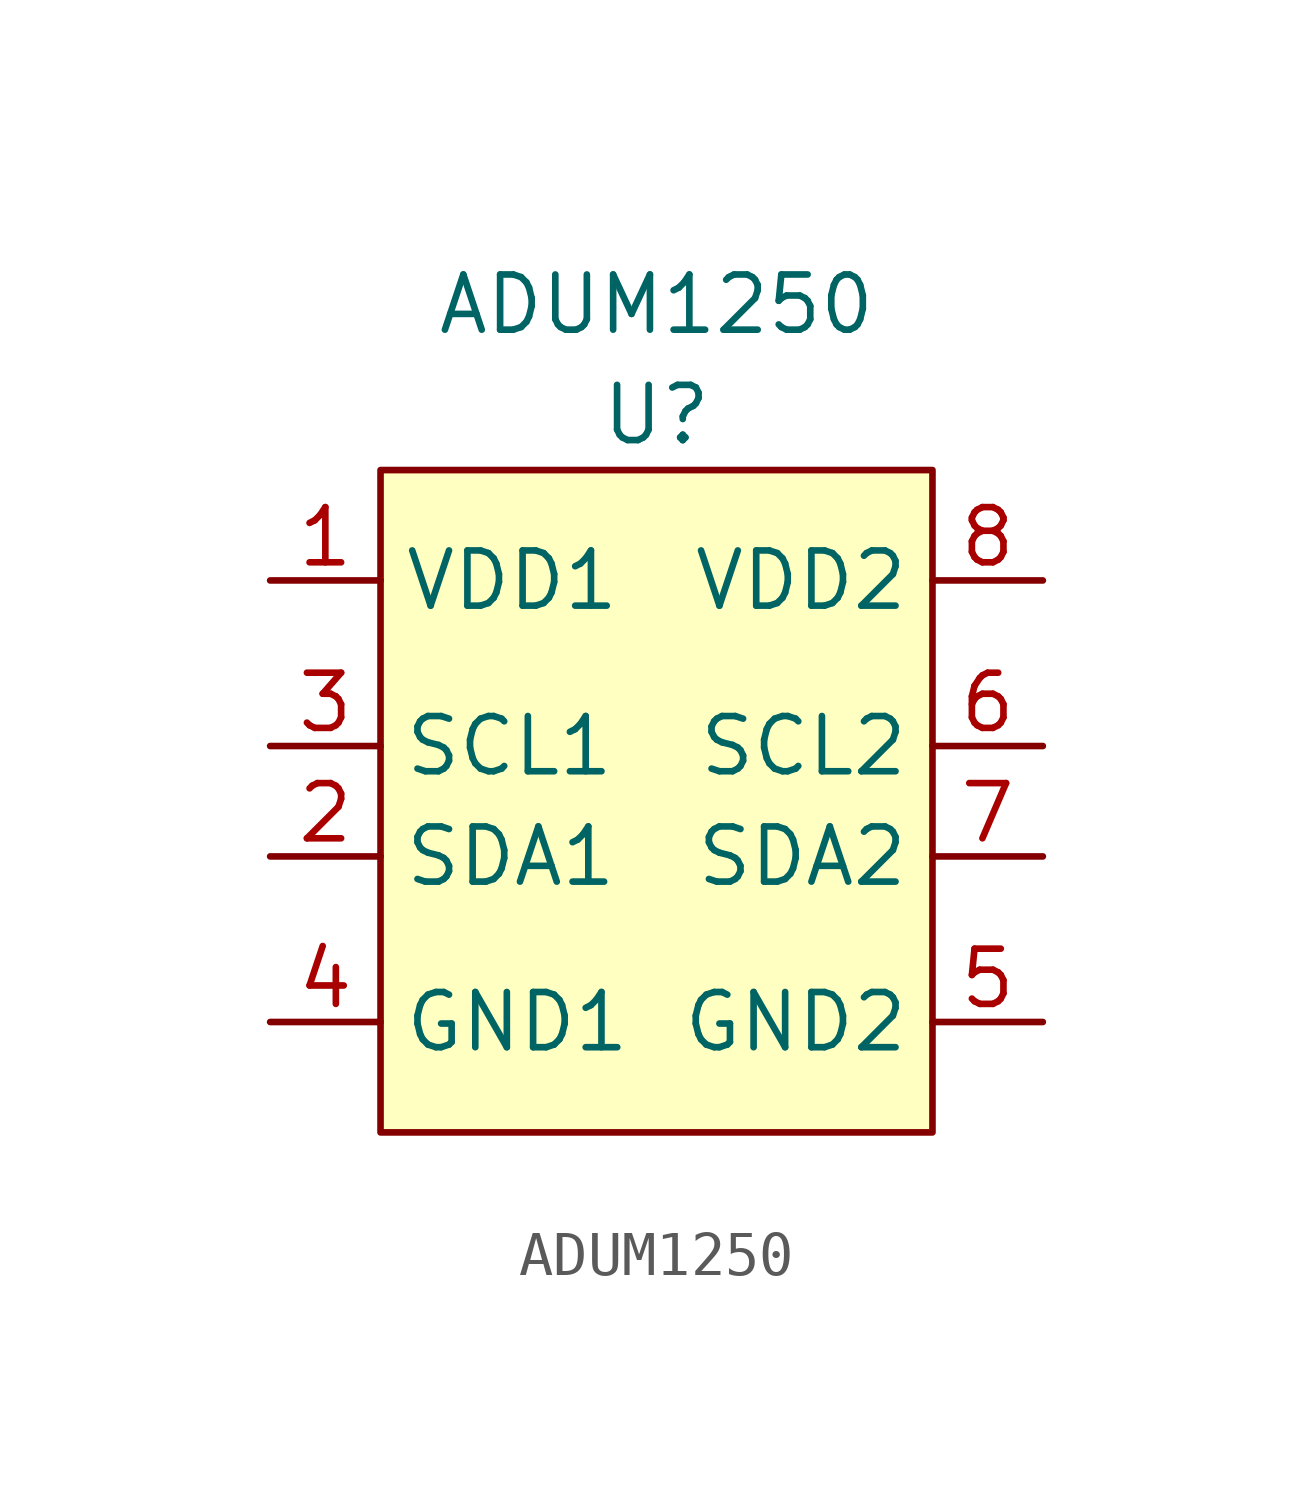
<source format=kicad_sym>
(kicad_symbol_lib
  (version 20231120)
  (generator "kicad_symbol_editor")
  (generator_version "8.0")
  (symbol "ADUM1250"
    (property "Reference" "U"
      (at 0 1.27 0)
      (effects (font (size 1.27 1.27))))
    (property "Value" "ADUM1250"
      (at 0 3.81 0)
      (effects (font (size 1.27 1.27))))
    (symbol "ADUM1250_0_1"
      (rectangle (start -6.35 0) (end 6.35 -15.24) (stroke (width 0) (type default)) (fill (type background))))
    (symbol "ADUM1250_1_1"
      (pin power_in line (at -8.89 -2.54 0) (length 2.54) (name "VDD1" (effects (font (size 1.27 1.27)))) (number "1" (effects (font (size 1.27 1.27)))))
      (pin bidirectional line (at -8.89 -8.89 0) (length 2.54) (name "SDA1" (effects (font (size 1.27 1.27)))) (number "2" (effects (font (size 1.27 1.27)))))
      (pin bidirectional line (at -8.89 -6.35 0) (length 2.54) (name "SCL1" (effects (font (size 1.27 1.27)))) (number "3" (effects (font (size 1.27 1.27)))))
      (pin power_in line (at -8.89 -12.7 0) (length 2.54) (name "GND1" (effects (font (size 1.27 1.27)))) (number "4" (effects (font (size 1.27 1.27)))))
      (pin power_in line (at 8.89 -12.7 180) (length 2.54) (name "GND2" (effects (font (size 1.27 1.27)))) (number "5" (effects (font (size 1.27 1.27)))))
      (pin bidirectional line (at 8.89 -6.35 180) (length 2.54) (name "SCL2" (effects (font (size 1.27 1.27)))) (number "6" (effects (font (size 1.27 1.27)))))
      (pin bidirectional line (at 8.89 -8.89 180) (length 2.54) (name "SDA2" (effects (font (size 1.27 1.27)))) (number "7" (effects (font (size 1.27 1.27)))))
      (pin power_in line (at 8.89 -2.54 180) (length 2.54) (name "VDD2" (effects (font (size 1.27 1.27)))) (number "8" (effects (font (size 1.27 1.27))))))))
</source>
